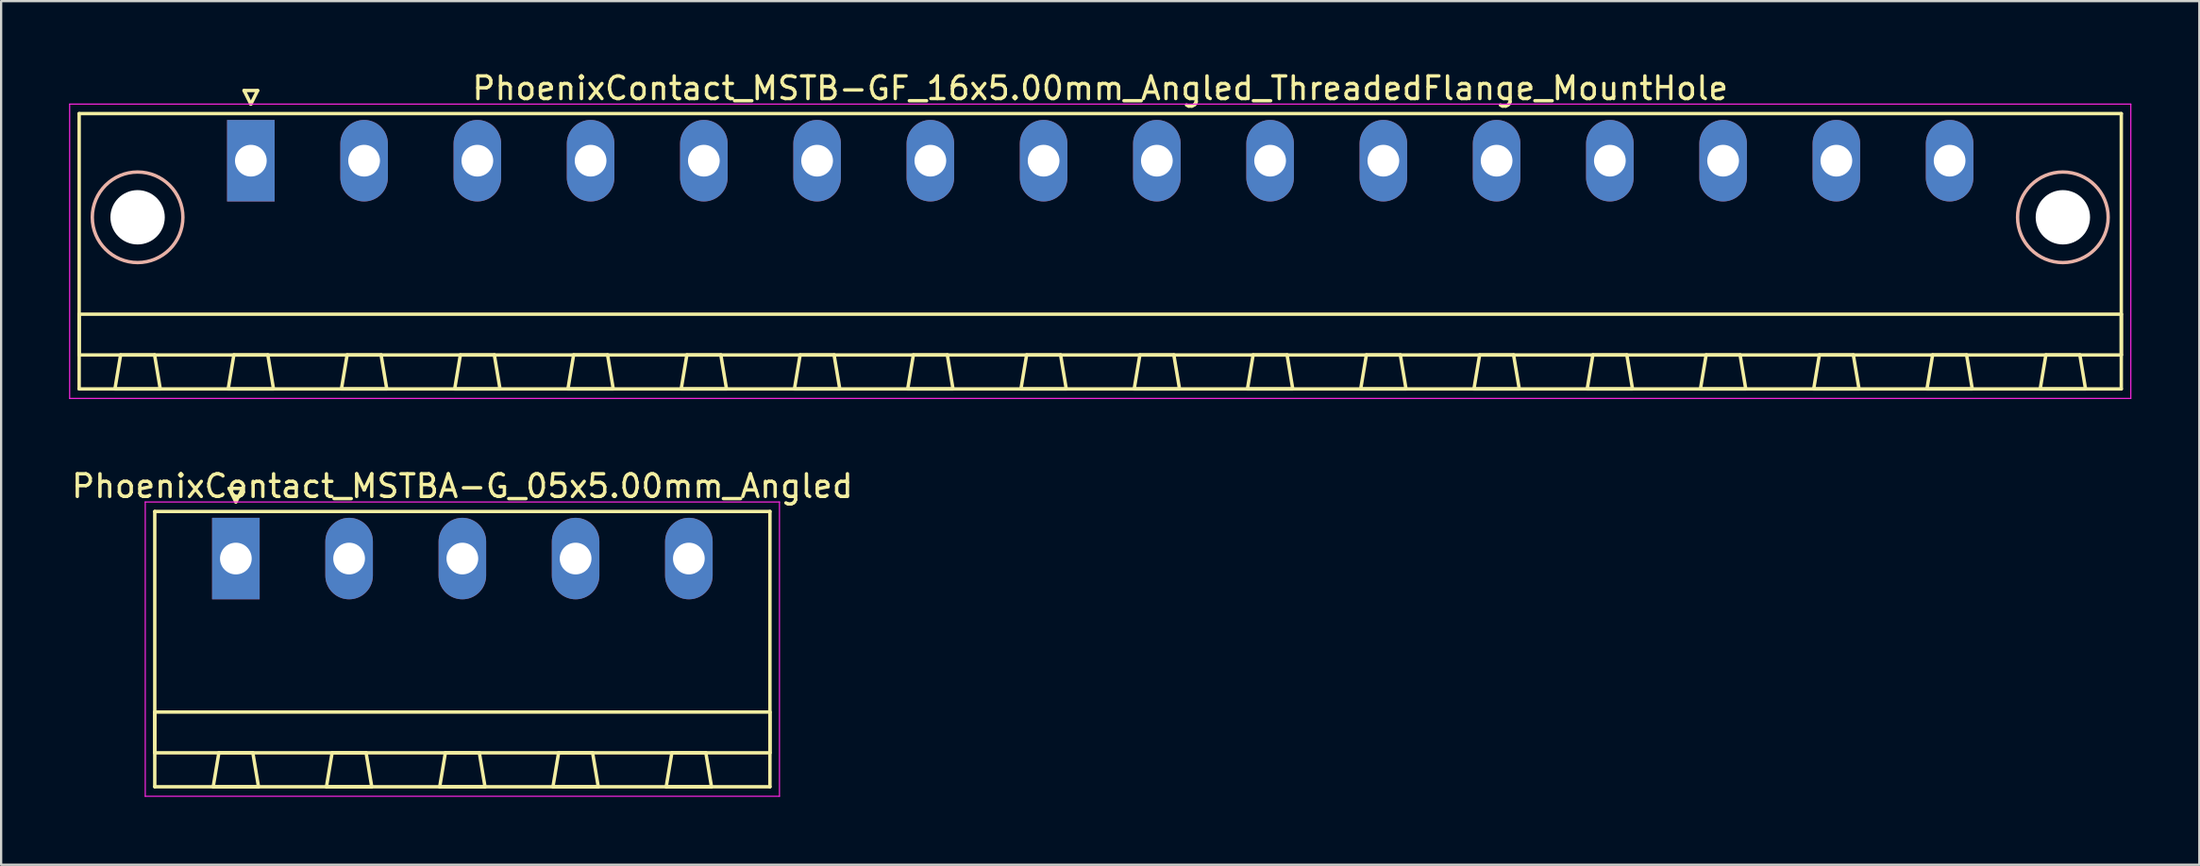
<source format=kicad_pcb>
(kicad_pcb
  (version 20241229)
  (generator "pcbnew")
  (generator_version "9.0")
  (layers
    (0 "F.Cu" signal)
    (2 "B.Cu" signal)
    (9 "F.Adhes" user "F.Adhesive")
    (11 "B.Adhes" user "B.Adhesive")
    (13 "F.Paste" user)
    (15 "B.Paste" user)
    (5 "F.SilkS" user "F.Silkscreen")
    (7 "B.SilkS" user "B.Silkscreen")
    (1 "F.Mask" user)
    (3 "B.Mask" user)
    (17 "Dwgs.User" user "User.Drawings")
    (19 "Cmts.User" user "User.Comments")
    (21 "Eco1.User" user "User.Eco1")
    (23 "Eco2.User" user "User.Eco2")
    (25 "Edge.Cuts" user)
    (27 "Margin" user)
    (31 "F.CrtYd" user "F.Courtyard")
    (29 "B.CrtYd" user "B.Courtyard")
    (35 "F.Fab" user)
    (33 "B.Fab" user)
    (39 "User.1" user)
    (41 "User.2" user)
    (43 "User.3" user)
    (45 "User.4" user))
  (footprint "PhoenixContact_MSTBA-G_05x5.00mm_Angled"
    (layer "F.Cu")
    (at 7.363 21.622)
    (property "Reference" "PhoenixContact_MSTBA-G_05x5.00mm_Angled" (at 10 -3.2 0) (layer "F.SilkS") (effects (font (size 1 1) (thickness 0.15))))
    (attr through_hole)
    (fp_line (start -3.58 -2.08) (end -3.58 10.08) (stroke (width 0.15) (type solid)) (layer "F.SilkS"))
    (fp_line (start -3.58 6.78) (end 23.58 6.78) (stroke (width 0.15) (type solid)) (layer "F.SilkS"))
    (fp_line (start -3.58 8.58) (end -3.58 6.78) (stroke (width 0.15) (type solid)) (layer "F.SilkS"))
    (fp_line (start -3.58 10.08) (end 23.58 10.08) (stroke (width 0.15) (type solid)) (layer "F.SilkS"))
    (fp_line (start -1 10.08) (end 1 10.08) (stroke (width 0.15) (type solid)) (layer "F.SilkS"))
    (fp_line (start -0.75 8.58) (end -1 10.08) (stroke (width 0.15) (type solid)) (layer "F.SilkS"))
    (fp_line (start -0.3 -3.1) (end 0 -2.5) (stroke (width 0.15) (type solid)) (layer "F.SilkS"))
    (fp_line (start 0 -2.5) (end 0.3 -3.1) (stroke (width 0.15) (type solid)) (layer "F.SilkS"))
    (fp_line (start 0.3 -3.1) (end -0.3 -3.1) (stroke (width 0.15) (type solid)) (layer "F.SilkS"))
    (fp_line (start 0.75 8.58) (end -0.75 8.58) (stroke (width 0.15) (type solid)) (layer "F.SilkS"))
    (fp_line (start 1 10.08) (end 0.75 8.58) (stroke (width 0.15) (type solid)) (layer "F.SilkS"))
    (fp_line (start 4 10.08) (end 6 10.08) (stroke (width 0.15) (type solid)) (layer "F.SilkS"))
    (fp_line (start 4.25 8.58) (end 4 10.08) (stroke (width 0.15) (type solid)) (layer "F.SilkS"))
    (fp_line (start 5.75 8.58) (end 4.25 8.58) (stroke (width 0.15) (type solid)) (layer "F.SilkS"))
    (fp_line (start 6 10.08) (end 5.75 8.58) (stroke (width 0.15) (type solid)) (layer "F.SilkS"))
    (fp_line (start 9 10.08) (end 11 10.08) (stroke (width 0.15) (type solid)) (layer "F.SilkS"))
    (fp_line (start 9.25 8.58) (end 9 10.08) (stroke (width 0.15) (type solid)) (layer "F.SilkS"))
    (fp_line (start 10.75 8.58) (end 9.25 8.58) (stroke (width 0.15) (type solid)) (layer "F.SilkS"))
    (fp_line (start 11 10.08) (end 10.75 8.58) (stroke (width 0.15) (type solid)) (layer "F.SilkS"))
    (fp_line (start 14 10.08) (end 16 10.08) (stroke (width 0.15) (type solid)) (layer "F.SilkS"))
    (fp_line (start 14.25 8.58) (end 14 10.08) (stroke (width 0.15) (type solid)) (layer "F.SilkS"))
    (fp_line (start 15.75 8.58) (end 14.25 8.58) (stroke (width 0.15) (type solid)) (layer "F.SilkS"))
    (fp_line (start 16 10.08) (end 15.75 8.58) (stroke (width 0.15) (type solid)) (layer "F.SilkS"))
    (fp_line (start 19 10.08) (end 21 10.08) (stroke (width 0.15) (type solid)) (layer "F.SilkS"))
    (fp_line (start 19.25 8.58) (end 19 10.08) (stroke (width 0.15) (type solid)) (layer "F.SilkS"))
    (fp_line (start 20.75 8.58) (end 19.25 8.58) (stroke (width 0.15) (type solid)) (layer "F.SilkS"))
    (fp_line (start 21 10.08) (end 20.75 8.58) (stroke (width 0.15) (type solid)) (layer "F.SilkS"))
    (fp_line (start 23.58 -2.08) (end -3.58 -2.08) (stroke (width 0.15) (type solid)) (layer "F.SilkS"))
    (fp_line (start 23.58 6.78) (end 23.58 8.58) (stroke (width 0.15) (type solid)) (layer "F.SilkS"))
    (fp_line (start 23.58 8.58) (end -3.58 8.58) (stroke (width 0.15) (type solid)) (layer "F.SilkS"))
    (fp_line (start 23.58 10.08) (end 23.58 -2.08) (stroke (width 0.15) (type solid)) (layer "F.SilkS"))
    (fp_line (start -4 -2.5) (end -4 10.5) (stroke (width 0.05) (type solid)) (layer "F.CrtYd"))
    (fp_line (start -4 10.5) (end 24 10.5) (stroke (width 0.05) (type solid)) (layer "F.CrtYd"))
    (fp_line (start 24 -2.5) (end -4 -2.5) (stroke (width 0.05) (type solid)) (layer "F.CrtYd"))
    (fp_line (start 24 10.5) (end 24 -2.5) (stroke (width 0.05) (type solid)) (layer "F.CrtYd"))
    (pad "1" thru_hole rect (at 0 0) (size 2.1 3.6) (drill 1.4) (layers "*.Cu" "*.Mask"))
    (pad "2" thru_hole oval (at 5 0) (size 2.1 3.6) (drill 1.4) (layers "*.Cu" "*.Mask"))
    (pad "3" thru_hole oval (at 10 0) (size 2.1 3.6) (drill 1.4) (layers "*.Cu" "*.Mask"))
    (pad "4" thru_hole oval (at 15 0) (size 2.1 3.6) (drill 1.4) (layers "*.Cu" "*.Mask"))
    (pad "5" thru_hole oval (at 20 0) (size 2.1 3.6) (drill 1.4) (layers "*.Cu" "*.Mask")))
  (footprint "PhoenixContact_MSTB-GF_16x5.00mm_Angled_ThreadedFlange_MountHole"
    (layer "F.Cu")
    (at 8.025 4.048)
    (property "Reference" "PhoenixContact_MSTB-GF_16x5.00mm_Angled_ThreadedFlange_MountHole" (at 37.5 -3.2 0) (layer "F.SilkS") (effects (font (size 1 1) (thickness 0.15))))
    (attr through_hole)
    (fp_line (start -7.58 -2.08) (end -7.58 10.08) (stroke (width 0.15) (type solid)) (layer "F.SilkS"))
    (fp_line (start -7.58 6.78) (end 82.58 6.78) (stroke (width 0.15) (type solid)) (layer "F.SilkS"))
    (fp_line (start -7.58 8.58) (end -7.58 6.78) (stroke (width 0.15) (type solid)) (layer "F.SilkS"))
    (fp_line (start -7.58 10.08) (end 82.58 10.08) (stroke (width 0.15) (type solid)) (layer "F.SilkS"))
    (fp_line (start -6 10.08) (end -4 10.08) (stroke (width 0.15) (type solid)) (layer "F.SilkS"))
    (fp_line (start -5.75 8.58) (end -6 10.08) (stroke (width 0.15) (type solid)) (layer "F.SilkS"))
    (fp_line (start -4.25 8.58) (end -5.75 8.58) (stroke (width 0.15) (type solid)) (layer "F.SilkS"))
    (fp_line (start -4 10.08) (end -4.25 8.58) (stroke (width 0.15) (type solid)) (layer "F.SilkS"))
    (fp_line (start -1 10.08) (end 1 10.08) (stroke (width 0.15) (type solid)) (layer "F.SilkS"))
    (fp_line (start -0.75 8.58) (end -1 10.08) (stroke (width 0.15) (type solid)) (layer "F.SilkS"))
    (fp_line (start -0.3 -3.1) (end 0 -2.5) (stroke (width 0.15) (type solid)) (layer "F.SilkS"))
    (fp_line (start 0 -2.5) (end 0.3 -3.1) (stroke (width 0.15) (type solid)) (layer "F.SilkS"))
    (fp_line (start 0.3 -3.1) (end -0.3 -3.1) (stroke (width 0.15) (type solid)) (layer "F.SilkS"))
    (fp_line (start 0.75 8.58) (end -0.75 8.58) (stroke (width 0.15) (type solid)) (layer "F.SilkS"))
    (fp_line (start 1 10.08) (end 0.75 8.58) (stroke (width 0.15) (type solid)) (layer "F.SilkS"))
    (fp_line (start 4 10.08) (end 6 10.08) (stroke (width 0.15) (type solid)) (layer "F.SilkS"))
    (fp_line (start 4.25 8.58) (end 4 10.08) (stroke (width 0.15) (type solid)) (layer "F.SilkS"))
    (fp_line (start 5.75 8.58) (end 4.25 8.58) (stroke (width 0.15) (type solid)) (layer "F.SilkS"))
    (fp_line (start 6 10.08) (end 5.75 8.58) (stroke (width 0.15) (type solid)) (layer "F.SilkS"))
    (fp_line (start 9 10.08) (end 11 10.08) (stroke (width 0.15) (type solid)) (layer "F.SilkS"))
    (fp_line (start 9.25 8.58) (end 9 10.08) (stroke (width 0.15) (type solid)) (layer "F.SilkS"))
    (fp_line (start 10.75 8.58) (end 9.25 8.58) (stroke (width 0.15) (type solid)) (layer "F.SilkS"))
    (fp_line (start 11 10.08) (end 10.75 8.58) (stroke (width 0.15) (type solid)) (layer "F.SilkS"))
    (fp_line (start 14 10.08) (end 16 10.08) (stroke (width 0.15) (type solid)) (layer "F.SilkS"))
    (fp_line (start 14.25 8.58) (end 14 10.08) (stroke (width 0.15) (type solid)) (layer "F.SilkS"))
    (fp_line (start 15.75 8.58) (end 14.25 8.58) (stroke (width 0.15) (type solid)) (layer "F.SilkS"))
    (fp_line (start 16 10.08) (end 15.75 8.58) (stroke (width 0.15) (type solid)) (layer "F.SilkS"))
    (fp_line (start 19 10.08) (end 21 10.08) (stroke (width 0.15) (type solid)) (layer "F.SilkS"))
    (fp_line (start 19.25 8.58) (end 19 10.08) (stroke (width 0.15) (type solid)) (layer "F.SilkS"))
    (fp_line (start 20.75 8.58) (end 19.25 8.58) (stroke (width 0.15) (type solid)) (layer "F.SilkS"))
    (fp_line (start 21 10.08) (end 20.75 8.58) (stroke (width 0.15) (type solid)) (layer "F.SilkS"))
    (fp_line (start 24 10.08) (end 26 10.08) (stroke (width 0.15) (type solid)) (layer "F.SilkS"))
    (fp_line (start 24.25 8.58) (end 24 10.08) (stroke (width 0.15) (type solid)) (layer "F.SilkS"))
    (fp_line (start 25.75 8.58) (end 24.25 8.58) (stroke (width 0.15) (type solid)) (layer "F.SilkS"))
    (fp_line (start 26 10.08) (end 25.75 8.58) (stroke (width 0.15) (type solid)) (layer "F.SilkS"))
    (fp_line (start 29 10.08) (end 31 10.08) (stroke (width 0.15) (type solid)) (layer "F.SilkS"))
    (fp_line (start 29.25 8.58) (end 29 10.08) (stroke (width 0.15) (type solid)) (layer "F.SilkS"))
    (fp_line (start 30.75 8.58) (end 29.25 8.58) (stroke (width 0.15) (type solid)) (layer "F.SilkS"))
    (fp_line (start 31 10.08) (end 30.75 8.58) (stroke (width 0.15) (type solid)) (layer "F.SilkS"))
    (fp_line (start 34 10.08) (end 36 10.08) (stroke (width 0.15) (type solid)) (layer "F.SilkS"))
    (fp_line (start 34.25 8.58) (end 34 10.08) (stroke (width 0.15) (type solid)) (layer "F.SilkS"))
    (fp_line (start 35.75 8.58) (end 34.25 8.58) (stroke (width 0.15) (type solid)) (layer "F.SilkS"))
    (fp_line (start 36 10.08) (end 35.75 8.58) (stroke (width 0.15) (type solid)) (layer "F.SilkS"))
    (fp_line (start 39 10.08) (end 41 10.08) (stroke (width 0.15) (type solid)) (layer "F.SilkS"))
    (fp_line (start 39.25 8.58) (end 39 10.08) (stroke (width 0.15) (type solid)) (layer "F.SilkS"))
    (fp_line (start 40.75 8.58) (end 39.25 8.58) (stroke (width 0.15) (type solid)) (layer "F.SilkS"))
    (fp_line (start 41 10.08) (end 40.75 8.58) (stroke (width 0.15) (type solid)) (layer "F.SilkS"))
    (fp_line (start 44 10.08) (end 46 10.08) (stroke (width 0.15) (type solid)) (layer "F.SilkS"))
    (fp_line (start 44.25 8.58) (end 44 10.08) (stroke (width 0.15) (type solid)) (layer "F.SilkS"))
    (fp_line (start 45.75 8.58) (end 44.25 8.58) (stroke (width 0.15) (type solid)) (layer "F.SilkS"))
    (fp_line (start 46 10.08) (end 45.75 8.58) (stroke (width 0.15) (type solid)) (layer "F.SilkS"))
    (fp_line (start 49 10.08) (end 51 10.08) (stroke (width 0.15) (type solid)) (layer "F.SilkS"))
    (fp_line (start 49.25 8.58) (end 49 10.08) (stroke (width 0.15) (type solid)) (layer "F.SilkS"))
    (fp_line (start 50.75 8.58) (end 49.25 8.58) (stroke (width 0.15) (type solid)) (layer "F.SilkS"))
    (fp_line (start 51 10.08) (end 50.75 8.58) (stroke (width 0.15) (type solid)) (layer "F.SilkS"))
    (fp_line (start 54 10.08) (end 56 10.08) (stroke (width 0.15) (type solid)) (layer "F.SilkS"))
    (fp_line (start 54.25 8.58) (end 54 10.08) (stroke (width 0.15) (type solid)) (layer "F.SilkS"))
    (fp_line (start 55.75 8.58) (end 54.25 8.58) (stroke (width 0.15) (type solid)) (layer "F.SilkS"))
    (fp_line (start 56 10.08) (end 55.75 8.58) (stroke (width 0.15) (type solid)) (layer "F.SilkS"))
    (fp_line (start 59 10.08) (end 61 10.08) (stroke (width 0.15) (type solid)) (layer "F.SilkS"))
    (fp_line (start 59.25 8.58) (end 59 10.08) (stroke (width 0.15) (type solid)) (layer "F.SilkS"))
    (fp_line (start 60.75 8.58) (end 59.25 8.58) (stroke (width 0.15) (type solid)) (layer "F.SilkS"))
    (fp_line (start 61 10.08) (end 60.75 8.58) (stroke (width 0.15) (type solid)) (layer "F.SilkS"))
    (fp_line (start 64 10.08) (end 66 10.08) (stroke (width 0.15) (type solid)) (layer "F.SilkS"))
    (fp_line (start 64.25 8.58) (end 64 10.08) (stroke (width 0.15) (type solid)) (layer "F.SilkS"))
    (fp_line (start 65.75 8.58) (end 64.25 8.58) (stroke (width 0.15) (type solid)) (layer "F.SilkS"))
    (fp_line (start 66 10.08) (end 65.75 8.58) (stroke (width 0.15) (type solid)) (layer "F.SilkS"))
    (fp_line (start 69 10.08) (end 71 10.08) (stroke (width 0.15) (type solid)) (layer "F.SilkS"))
    (fp_line (start 69.25 8.58) (end 69 10.08) (stroke (width 0.15) (type solid)) (layer "F.SilkS"))
    (fp_line (start 70.75 8.58) (end 69.25 8.58) (stroke (width 0.15) (type solid)) (layer "F.SilkS"))
    (fp_line (start 71 10.08) (end 70.75 8.58) (stroke (width 0.15) (type solid)) (layer "F.SilkS"))
    (fp_line (start 74 10.08) (end 76 10.08) (stroke (width 0.15) (type solid)) (layer "F.SilkS"))
    (fp_line (start 74.25 8.58) (end 74 10.08) (stroke (width 0.15) (type solid)) (layer "F.SilkS"))
    (fp_line (start 75.75 8.58) (end 74.25 8.58) (stroke (width 0.15) (type solid)) (layer "F.SilkS"))
    (fp_line (start 76 10.08) (end 75.75 8.58) (stroke (width 0.15) (type solid)) (layer "F.SilkS"))
    (fp_line (start 79 10.08) (end 81 10.08) (stroke (width 0.15) (type solid)) (layer "F.SilkS"))
    (fp_line (start 79.25 8.58) (end 79 10.08) (stroke (width 0.15) (type solid)) (layer "F.SilkS"))
    (fp_line (start 80.75 8.58) (end 79.25 8.58) (stroke (width 0.15) (type solid)) (layer "F.SilkS"))
    (fp_line (start 81 10.08) (end 80.75 8.58) (stroke (width 0.15) (type solid)) (layer "F.SilkS"))
    (fp_line (start 82.58 -2.08) (end -7.58 -2.08) (stroke (width 0.15) (type solid)) (layer "F.SilkS"))
    (fp_line (start 82.58 6.78) (end 82.58 8.58) (stroke (width 0.15) (type solid)) (layer "F.SilkS"))
    (fp_line (start 82.58 8.58) (end -7.58 8.58) (stroke (width 0.15) (type solid)) (layer "F.SilkS"))
    (fp_line (start 82.58 10.08) (end 82.58 -2.08) (stroke (width 0.15) (type solid)) (layer "F.SilkS"))
    (fp_circle (center -5 2.5) (end -3 2.5) (stroke (width 0.15) (type solid)) (fill no) (layer "B.SilkS"))
    (fp_circle (center 80 2.5) (end 82 2.5) (stroke (width 0.15) (type solid)) (fill no) (layer "B.SilkS"))
    (fp_line (start -8 -2.5) (end -8 10.5) (stroke (width 0.05) (type solid)) (layer "F.CrtYd"))
    (fp_line (start -8 10.5) (end 83 10.5) (stroke (width 0.05) (type solid)) (layer "F.CrtYd"))
    (fp_line (start 83 -2.5) (end -8 -2.5) (stroke (width 0.05) (type solid)) (layer "F.CrtYd"))
    (fp_line (start 83 10.5) (end 83 -2.5) (stroke (width 0.05) (type solid)) (layer "F.CrtYd"))
    (pad "" np_thru_hole circle (at -5 2.5) (size 2.4 2.4) (drill 2.4) (layers "*.Cu" "*.Mask"))
    (pad "" np_thru_hole circle (at 80 2.5) (size 2.4 2.4) (drill 2.4) (layers "*.Cu" "*.Mask"))
    (pad "1" thru_hole rect (at 0 0) (size 2.1 3.6) (drill 1.4) (layers "*.Cu" "*.Mask"))
    (pad "2" thru_hole oval (at 5 0) (size 2.1 3.6) (drill 1.4) (layers "*.Cu" "*.Mask"))
    (pad "3" thru_hole oval (at 10 0) (size 2.1 3.6) (drill 1.4) (layers "*.Cu" "*.Mask"))
    (pad "4" thru_hole oval (at 15 0) (size 2.1 3.6) (drill 1.4) (layers "*.Cu" "*.Mask"))
    (pad "5" thru_hole oval (at 20 0) (size 2.1 3.6) (drill 1.4) (layers "*.Cu" "*.Mask"))
    (pad "6" thru_hole oval (at 25 0) (size 2.1 3.6) (drill 1.4) (layers "*.Cu" "*.Mask"))
    (pad "7" thru_hole oval (at 30 0) (size 2.1 3.6) (drill 1.4) (layers "*.Cu" "*.Mask"))
    (pad "8" thru_hole oval (at 35 0) (size 2.1 3.6) (drill 1.4) (layers "*.Cu" "*.Mask"))
    (pad "9" thru_hole oval (at 40 0) (size 2.1 3.6) (drill 1.4) (layers "*.Cu" "*.Mask"))
    (pad "10" thru_hole oval (at 45 0) (size 2.1 3.6) (drill 1.4) (layers "*.Cu" "*.Mask"))
    (pad "11" thru_hole oval (at 50 0) (size 2.1 3.6) (drill 1.4) (layers "*.Cu" "*.Mask"))
    (pad "12" thru_hole oval (at 55 0) (size 2.1 3.6) (drill 1.4) (layers "*.Cu" "*.Mask"))
    (pad "13" thru_hole oval (at 60 0) (size 2.1 3.6) (drill 1.4) (layers "*.Cu" "*.Mask"))
    (pad "14" thru_hole oval (at 65 0) (size 2.1 3.6) (drill 1.4) (layers "*.Cu" "*.Mask"))
    (pad "15" thru_hole oval (at 70 0) (size 2.1 3.6) (drill 1.4) (layers "*.Cu" "*.Mask"))
    (pad "16" thru_hole oval (at 75 0) (size 2.1 3.6) (drill 1.4) (layers "*.Cu" "*.Mask")))
  (gr_rect
    (start -3 -3)
    (end 94.05 35.147)
    (stroke (width 0.1) (type default))
    (fill no)
    (layer "Edge.Cuts")))
</source>
